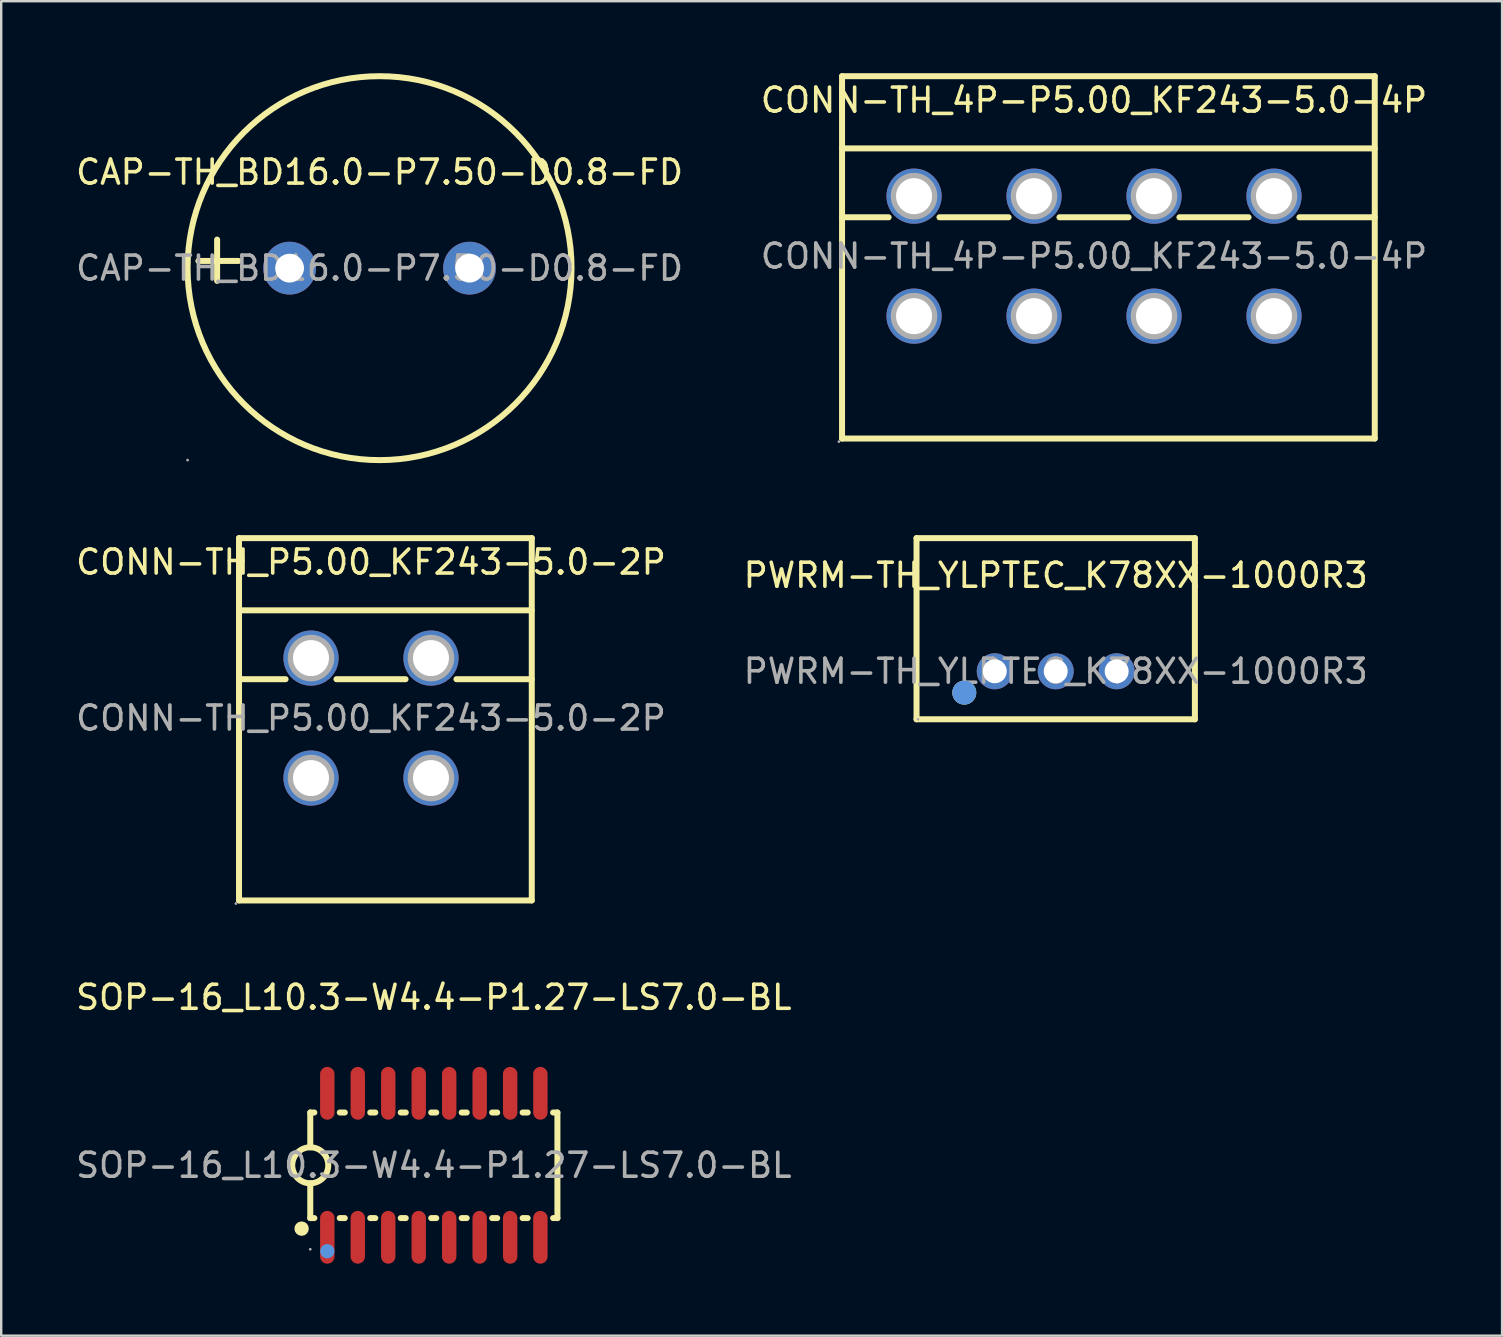
<source format=kicad_pcb>
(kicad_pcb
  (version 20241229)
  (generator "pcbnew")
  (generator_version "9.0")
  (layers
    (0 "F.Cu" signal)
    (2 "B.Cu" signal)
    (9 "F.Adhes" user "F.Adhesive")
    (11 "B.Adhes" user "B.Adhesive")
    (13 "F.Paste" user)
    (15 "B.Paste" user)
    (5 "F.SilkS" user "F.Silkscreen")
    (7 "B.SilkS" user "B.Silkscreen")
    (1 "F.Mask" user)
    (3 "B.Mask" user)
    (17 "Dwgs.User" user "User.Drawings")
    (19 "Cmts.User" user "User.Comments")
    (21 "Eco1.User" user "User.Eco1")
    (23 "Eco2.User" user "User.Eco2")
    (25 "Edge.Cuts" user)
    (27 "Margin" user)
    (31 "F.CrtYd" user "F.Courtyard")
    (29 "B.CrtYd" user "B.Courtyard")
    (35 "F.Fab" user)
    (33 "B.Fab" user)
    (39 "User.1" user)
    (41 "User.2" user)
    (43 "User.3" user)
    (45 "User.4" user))
  (footprint "PWRM-TH_YLPTEC_K78XX-1000R3"
    (layer "F.Cu")
    (at 40.946 24.925)
    (property "Reference" "PWRM-TH_YLPTEC_K78XX-1000R3" (at 0 -4 0) (layer "F.SilkS") (effects (font (size 1 1) (thickness 0.15))))
    (attr through_hole)
    (fp_line (start -5.8 -5.55) (end 5.8 -5.55) (stroke (width 0.25) (type solid)) (layer "F.SilkS"))
    (fp_line (start -5.8 2) (end -5.8 -5.55) (stroke (width 0.25) (type solid)) (layer "F.SilkS"))
    (fp_line (start 5.8 -5.55) (end 5.8 2) (stroke (width 0.25) (type solid)) (layer "F.SilkS"))
    (fp_line (start 5.8 2) (end -5.8 2) (stroke (width 0.25) (type solid)) (layer "F.SilkS"))
    (fp_circle (center -3.81 0.89) (end -3.56 0.89) (stroke (width 0.5) (type solid)) (fill no) (layer "F.SilkS"))
    (fp_circle (center -3.81 0.89) (end -3.56 0.89) (stroke (width 0.5) (type solid)) (fill no) (layer "Cmts.User"))
    (fp_circle (center -5.74 2) (end -5.71 2) (stroke (width 0.06) (type solid)) (fill no) (layer "F.Fab"))
    (fp_text user "${REFERENCE}" (at 0 0 0) (layer "F.Fab") (effects (font (size 1 1) (thickness 0.15))))
    (pad "1" thru_hole circle (at -2.54 0 180) (size 1.5 1.5) (drill 1) (layers "*.Cu" "*.Mask"))
    (pad "2" thru_hole circle (at 0 0 180) (size 1.5 1.5) (drill 1) (layers "*.Cu" "*.Mask"))
    (pad "3" thru_hole circle (at 2.54 0 180) (size 1.5 1.5) (drill 1) (layers "*.Cu" "*.Mask")))
  (footprint "CONN-TH_P5.00_KF243-5.0-2P"
    (layer "F.Cu")
    (at 12.411 26.875)
    (property "Reference" "CONN-TH_P5.00_KF243-5.0-2P" (at 0 -6.5 0) (layer "F.SilkS") (effects (font (size 1 1) (thickness 0.15))))
    (attr through_hole)
    (fp_line (start -5.5 -7.5) (end -5.5 7.6) (stroke (width 0.25) (type solid)) (layer "F.SilkS"))
    (fp_line (start -5.5 -7.5) (end 6.7 -7.5) (stroke (width 0.25) (type solid)) (layer "F.SilkS"))
    (fp_line (start -5.5 -4.49) (end 6.7 -4.49) (stroke (width 0.25) (type solid)) (layer "F.SilkS"))
    (fp_line (start -5.5 -1.62) (end -3.56 -1.62) (stroke (width 0.25) (type solid)) (layer "F.SilkS"))
    (fp_line (start -5.5 7.6) (end 6.7 7.6) (stroke (width 0.25) (type solid)) (layer "F.SilkS"))
    (fp_line (start -1.44 -1.62) (end 1.44 -1.62) (stroke (width 0.25) (type solid)) (layer "F.SilkS"))
    (fp_line (start 3.56 -1.62) (end 6.7 -1.62) (stroke (width 0.25) (type solid)) (layer "F.SilkS"))
    (fp_line (start 6.7 -7.5) (end 6.7 7.6) (stroke (width 0.25) (type solid)) (layer "F.SilkS"))
    (fp_circle (center -5.63 7.73) (end -5.6 7.73) (stroke (width 0.06) (type solid)) (fill no) (layer "F.Fab"))
    (fp_circle (center -2.5 -2.5) (end -2.18 -2.5) (stroke (width 0.65) (type solid)) (fill no) (layer "F.Fab"))
    (fp_circle (center -2.5 2.5) (end -2.18 2.5) (stroke (width 0.65) (type solid)) (fill no) (layer "F.Fab"))
    (fp_circle (center 2.5 -2.5) (end 2.82 -2.5) (stroke (width 0.65) (type solid)) (fill no) (layer "F.Fab"))
    (fp_circle (center 2.5 2.5) (end 2.82 2.5) (stroke (width 0.65) (type solid)) (fill no) (layer "F.Fab"))
    (fp_text user "${REFERENCE}" (at 0 0 0) (layer "F.Fab") (effects (font (size 1 1) (thickness 0.15))))
    (pad "1" thru_hole circle (at -2.5 -2.5) (size 2.3 2.3) (drill 1.5) (layers "*.Cu" "*.Mask"))
    (pad "1" thru_hole circle (at -2.5 2.5) (size 2.3 2.3) (drill 1.5) (layers "*.Cu" "*.Mask"))
    (pad "2" thru_hole circle (at 2.5 -2.5) (size 2.3 2.3) (drill 1.5) (layers "*.Cu" "*.Mask"))
    (pad "2" thru_hole circle (at 2.5 2.5) (size 2.3 2.3) (drill 1.5) (layers "*.Cu" "*.Mask")))
  (footprint "SOP-16_L10.3-W4.4-P1.27-LS7.0-BL"
    (layer "F.Cu")
    (at 15.03 45.513)
    (property "Reference" "SOP-16_L10.3-W4.4-P1.27-LS7.0-BL" (at 0 -7 0) (layer "F.SilkS") (effects (font (size 1 1) (thickness 0.15))))
    (attr smd)
    (fp_line (start -5.15 -2.2) (end -5.15 -0.75) (stroke (width 0.25) (type solid)) (layer "F.SilkS"))
    (fp_line (start -5.15 -2.2) (end -4.98 -2.2) (stroke (width 0.25) (type solid)) (layer "F.SilkS"))
    (fp_line (start -5.15 2.2) (end -5.15 0.75) (stroke (width 0.25) (type solid)) (layer "F.SilkS"))
    (fp_line (start -5.15 2.2) (end -4.98 2.2) (stroke (width 0.25) (type solid)) (layer "F.SilkS"))
    (fp_line (start -3.92 -2.2) (end -3.71 -2.2) (stroke (width 0.25) (type solid)) (layer "F.SilkS"))
    (fp_line (start -3.92 2.2) (end -3.71 2.2) (stroke (width 0.25) (type solid)) (layer "F.SilkS"))
    (fp_line (start -2.65 -2.2) (end -2.44 -2.2) (stroke (width 0.25) (type solid)) (layer "F.SilkS"))
    (fp_line (start -2.65 2.2) (end -2.44 2.2) (stroke (width 0.25) (type solid)) (layer "F.SilkS"))
    (fp_line (start -1.38 -2.2) (end -1.17 -2.2) (stroke (width 0.25) (type solid)) (layer "F.SilkS"))
    (fp_line (start -1.38 2.2) (end -1.17 2.2) (stroke (width 0.25) (type solid)) (layer "F.SilkS"))
    (fp_line (start -0.11 -2.2) (end 0.1 -2.2) (stroke (width 0.25) (type solid)) (layer "F.SilkS"))
    (fp_line (start -0.11 2.2) (end 0.1 2.2) (stroke (width 0.25) (type solid)) (layer "F.SilkS"))
    (fp_line (start 1.16 -2.2) (end 1.37 -2.2) (stroke (width 0.25) (type solid)) (layer "F.SilkS"))
    (fp_line (start 1.16 2.2) (end 1.37 2.2) (stroke (width 0.25) (type solid)) (layer "F.SilkS"))
    (fp_line (start 2.43 -2.2) (end 2.64 -2.2) (stroke (width 0.25) (type solid)) (layer "F.SilkS"))
    (fp_line (start 2.43 2.2) (end 2.64 2.2) (stroke (width 0.25) (type solid)) (layer "F.SilkS"))
    (fp_line (start 3.7 -2.2) (end 3.91 -2.2) (stroke (width 0.25) (type solid)) (layer "F.SilkS"))
    (fp_line (start 3.7 2.2) (end 3.91 2.2) (stroke (width 0.25) (type solid)) (layer "F.SilkS"))
    (fp_line (start 4.97 -2.2) (end 5.15 -2.2) (stroke (width 0.25) (type solid)) (layer "F.SilkS"))
    (fp_line (start 4.97 2.2) (end 5.15 2.2) (stroke (width 0.25) (type solid)) (layer "F.SilkS"))
    (fp_line (start 5.15 2.2) (end 5.15 -2.2) (stroke (width 0.25) (type solid)) (layer "F.SilkS"))
    (fp_arc (start -5.51 2.49) (mid -5.505001 2.789917) (end -5.519993 2.490333) (stroke (width 0.3) (type solid)) (layer "F.SilkS"))
    (fp_arc (start -5.163089 0.749886) (mid -5.143455 -0.749972) (end -5.15 0.75) (stroke (width 0.25) (type solid)) (layer "F.SilkS"))
    (fp_circle (center -4.44 3.58) (end -4.29 3.58) (stroke (width 0.3) (type solid)) (fill no) (layer "Cmts.User"))
    (fp_circle (center -5.15 3.5) (end -5.12 3.5) (stroke (width 0.06) (type solid)) (fill no) (layer "F.Fab"))
    (fp_text user "${REFERENCE}" (at 0 0 0) (layer "F.Fab") (effects (font (size 1 1) (thickness 0.15))))
    (pad "1" smd oval (at -4.44 3 180) (size 0.6 2.2) (layers "F.Cu" "F.Mask" "F.Paste"))
    (pad "2" smd oval (at -3.17 3 180) (size 0.6 2.2) (layers "F.Cu" "F.Mask" "F.Paste"))
    (pad "3" smd oval (at -1.9 3 180) (size 0.6 2.2) (layers "F.Cu" "F.Mask" "F.Paste"))
    (pad "4" smd oval (at -0.63 3 180) (size 0.6 2.2) (layers "F.Cu" "F.Mask" "F.Paste"))
    (pad "5" smd oval (at 0.64 3 180) (size 0.6 2.2) (layers "F.Cu" "F.Mask" "F.Paste"))
    (pad "6" smd oval (at 1.91 3 180) (size 0.6 2.2) (layers "F.Cu" "F.Mask" "F.Paste"))
    (pad "7" smd oval (at 3.18 3 180) (size 0.6 2.2) (layers "F.Cu" "F.Mask" "F.Paste"))
    (pad "8" smd oval (at 4.44 3 180) (size 0.6 2.2) (layers "F.Cu" "F.Mask" "F.Paste"))
    (pad "9" smd oval (at 4.44 -3 180) (size 0.6 2.2) (layers "F.Cu" "F.Mask" "F.Paste"))
    (pad "10" smd oval (at 3.18 -3 180) (size 0.6 2.2) (layers "F.Cu" "F.Mask" "F.Paste"))
    (pad "11" smd oval (at 1.91 -3 180) (size 0.6 2.2) (layers "F.Cu" "F.Mask" "F.Paste"))
    (pad "12" smd oval (at 0.64 -3 180) (size 0.6 2.2) (layers "F.Cu" "F.Mask" "F.Paste"))
    (pad "13" smd oval (at -0.63 -3 180) (size 0.6 2.2) (layers "F.Cu" "F.Mask" "F.Paste"))
    (pad "14" smd oval (at -1.9 -3 180) (size 0.6 2.2) (layers "F.Cu" "F.Mask" "F.Paste"))
    (pad "15" smd oval (at -3.17 -3 180) (size 0.6 2.2) (layers "F.Cu" "F.Mask" "F.Paste"))
    (pad "16" smd oval (at -4.44 -3 180) (size 0.6 2.2) (layers "F.Cu" "F.Mask" "F.Paste")))
  (footprint "CONN-TH_4P-P5.00_KF243-5.0-4P"
    (layer "F.Cu")
    (at 42.542 7.625)
    (property "Reference" "CONN-TH_4P-P5.00_KF243-5.0-4P" (at 0 -6.5 0) (layer "F.SilkS") (effects (font (size 1 1) (thickness 0.15))))
    (attr through_hole)
    (fp_line (start -10.5 -7.5) (end -10.5 7.6) (stroke (width 0.25) (type solid)) (layer "F.SilkS"))
    (fp_line (start -10.5 -7.5) (end 11.7 -7.5) (stroke (width 0.25) (type solid)) (layer "F.SilkS"))
    (fp_line (start -10.5 -4.49) (end 11.7 -4.49) (stroke (width 0.25) (type solid)) (layer "F.SilkS"))
    (fp_line (start -10.5 -1.62) (end -8.56 -1.62) (stroke (width 0.25) (type solid)) (layer "F.SilkS"))
    (fp_line (start -10.5 7.6) (end 11.7 7.6) (stroke (width 0.25) (type solid)) (layer "F.SilkS"))
    (fp_line (start -6.44 -1.62) (end -3.56 -1.62) (stroke (width 0.25) (type solid)) (layer "F.SilkS"))
    (fp_line (start -1.44 -1.62) (end 1.44 -1.62) (stroke (width 0.25) (type solid)) (layer "F.SilkS"))
    (fp_line (start 3.56 -1.62) (end 6.44 -1.62) (stroke (width 0.25) (type solid)) (layer "F.SilkS"))
    (fp_line (start 8.56 -1.62) (end 11.7 -1.62) (stroke (width 0.25) (type solid)) (layer "F.SilkS"))
    (fp_line (start 11.7 -7.5) (end 11.7 7.6) (stroke (width 0.25) (type solid)) (layer "F.SilkS"))
    (fp_circle (center -10.63 7.73) (end -10.6 7.73) (stroke (width 0.06) (type solid)) (fill no) (layer "F.Fab"))
    (fp_circle (center -7.5 -2.5) (end -7.18 -2.5) (stroke (width 0.65) (type solid)) (fill no) (layer "F.Fab"))
    (fp_circle (center -7.5 2.5) (end -7.18 2.5) (stroke (width 0.65) (type solid)) (fill no) (layer "F.Fab"))
    (fp_circle (center -2.5 -2.5) (end -2.18 -2.5) (stroke (width 0.65) (type solid)) (fill no) (layer "F.Fab"))
    (fp_circle (center -2.5 2.5) (end -2.18 2.5) (stroke (width 0.65) (type solid)) (fill no) (layer "F.Fab"))
    (fp_circle (center 2.5 -2.5) (end 2.82 -2.5) (stroke (width 0.65) (type solid)) (fill no) (layer "F.Fab"))
    (fp_circle (center 2.5 2.5) (end 2.82 2.5) (stroke (width 0.65) (type solid)) (fill no) (layer "F.Fab"))
    (fp_circle (center 7.5 -2.5) (end 7.82 -2.5) (stroke (width 0.65) (type solid)) (fill no) (layer "F.Fab"))
    (fp_circle (center 7.5 2.5) (end 7.82 2.5) (stroke (width 0.65) (type solid)) (fill no) (layer "F.Fab"))
    (fp_text user "${REFERENCE}" (at 0 0 0) (layer "F.Fab") (effects (font (size 1 1) (thickness 0.15))))
    (pad "1" thru_hole circle (at -7.5 -2.5) (size 2.3 2.3) (drill 1.5) (layers "*.Cu" "*.Mask"))
    (pad "1" thru_hole circle (at -7.5 2.5) (size 2.3 2.3) (drill 1.5) (layers "*.Cu" "*.Mask"))
    (pad "2" thru_hole circle (at -2.5 -2.5) (size 2.3 2.3) (drill 1.5) (layers "*.Cu" "*.Mask"))
    (pad "2" thru_hole circle (at -2.5 2.5) (size 2.3 2.3) (drill 1.5) (layers "*.Cu" "*.Mask"))
    (pad "3" thru_hole circle (at 2.5 -2.5) (size 2.3 2.3) (drill 1.5) (layers "*.Cu" "*.Mask"))
    (pad "3" thru_hole circle (at 2.5 2.5) (size 2.3 2.3) (drill 1.5) (layers "*.Cu" "*.Mask"))
    (pad "4" thru_hole circle (at 7.5 -2.5) (size 2.3 2.3) (drill 1.5) (layers "*.Cu" "*.Mask"))
    (pad "4" thru_hole circle (at 7.5 2.5) (size 2.3 2.3) (drill 1.5) (layers "*.Cu" "*.Mask")))
  (footprint "CAP-TH_BD16.0-P7.50-D0.8-FD"
    (layer "F.Cu")
    (at 12.768 8.125)
    (property "Reference" "CAP-TH_BD16.0-P7.50-D0.8-FD" (at 0 -4 0) (layer "F.SilkS") (effects (font (size 1 1) (thickness 0.15))))
    (attr through_hole)
    (fp_line (start -6.77 0.53) (end -6.77 -1.19) (stroke (width 0.25) (type solid)) (layer "F.SilkS"))
    (fp_line (start -5.88 -0.3) (end -7.55 -0.3) (stroke (width 0.25) (type solid)) (layer "F.SilkS"))
    (fp_circle (center 0 0) (end 8 0) (stroke (width 0.25) (type solid)) (fill no) (layer "F.SilkS"))
    (fp_circle (center -8 8) (end -7.97 8) (stroke (width 0.06) (type solid)) (fill no) (layer "F.Fab"))
    (fp_circle (center -3.75 0) (end -3.55 0) (stroke (width 0.4) (type solid)) (fill no) (layer "F.Fab"))
    (fp_circle (center 3.75 0) (end 3.95 0) (stroke (width 0.4) (type solid)) (fill no) (layer "F.Fab"))
    (fp_text user "${REFERENCE}" (at 0 0 0) (layer "F.Fab") (effects (font (size 1 1) (thickness 0.15))))
    (pad "1" thru_hole circle (at -3.75 0) (size 2.2 2.2) (drill 1.2) (layers "*.Cu" "*.Mask"))
    (pad "2" thru_hole circle (at 3.75 0) (size 2.2 2.2) (drill 1.2) (layers "*.Cu" "*.Mask")))
  (gr_rect
    (start -3 -3)
    (end 59.548 52.613)
    (stroke (width 0.1) (type default))
    (fill no)
    (layer "Edge.Cuts")))
</source>
